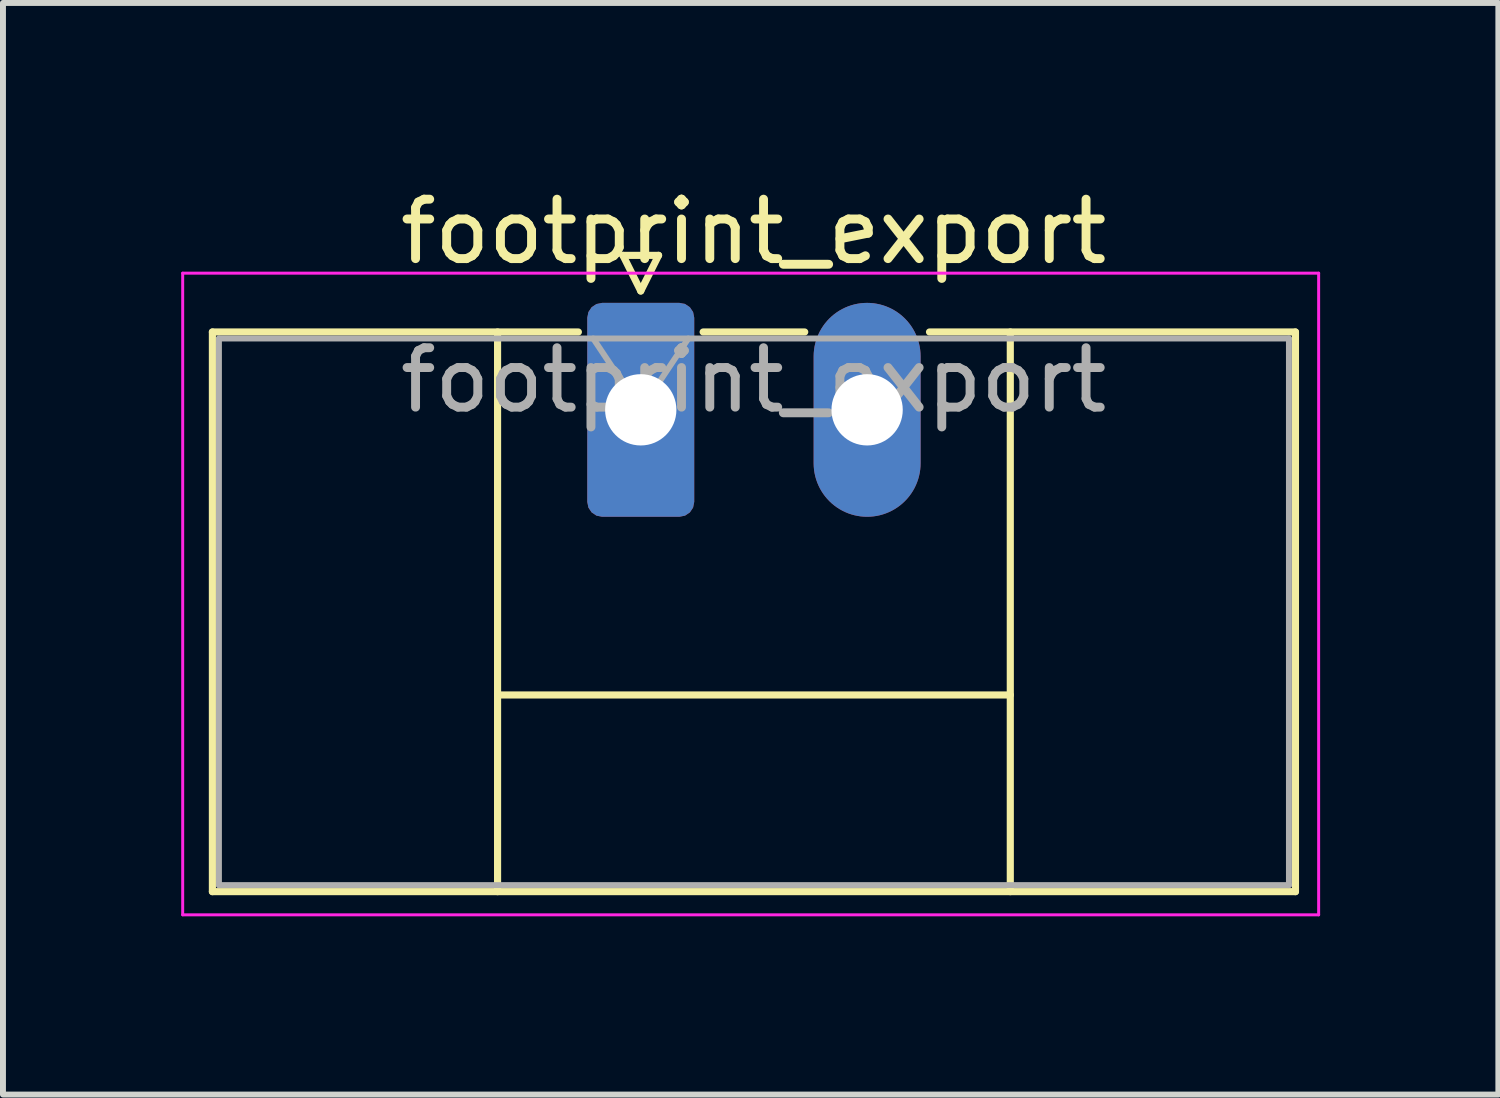
<source format=kicad_pcb>
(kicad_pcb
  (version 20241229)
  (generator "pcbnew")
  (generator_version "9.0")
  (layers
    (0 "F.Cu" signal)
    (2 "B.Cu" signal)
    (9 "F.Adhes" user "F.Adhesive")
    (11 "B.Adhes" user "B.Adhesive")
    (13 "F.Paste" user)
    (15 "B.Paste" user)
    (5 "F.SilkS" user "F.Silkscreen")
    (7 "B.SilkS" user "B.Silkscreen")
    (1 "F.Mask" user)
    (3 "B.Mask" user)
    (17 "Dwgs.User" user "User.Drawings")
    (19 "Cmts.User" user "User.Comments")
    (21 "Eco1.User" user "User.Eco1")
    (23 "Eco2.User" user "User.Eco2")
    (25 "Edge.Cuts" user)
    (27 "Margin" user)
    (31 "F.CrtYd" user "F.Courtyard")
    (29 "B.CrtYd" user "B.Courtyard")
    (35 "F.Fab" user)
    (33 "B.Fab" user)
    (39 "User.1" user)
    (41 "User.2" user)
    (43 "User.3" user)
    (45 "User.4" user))
  (footprint "footprint_export"
    (layer "F.Cu")
    (at 7.735 3.848)
    (property "Reference" "footprint_export" (at 1.9 -3 0) (layer "F.SilkS") (effects (font (size 1 1) (thickness 0.15))))
    (attr through_hole)
    (fp_line (start -7.21 -1.31) (end -7.21 8.11) (stroke (width 0.12) (type solid)) (layer "F.SilkS"))
    (fp_line (start -7.21 -1.31) (end -1.05 -1.31) (stroke (width 0.12) (type solid)) (layer "F.SilkS"))
    (fp_line (start -7.21 8.11) (end 11.02 8.11) (stroke (width 0.12) (type solid)) (layer "F.SilkS"))
    (fp_line (start -2.41 -1.31) (end -2.41 8.11) (stroke (width 0.12) (type solid)) (layer "F.SilkS"))
    (fp_line (start -2.41 4.8) (end 6.22 4.8) (stroke (width 0.12) (type solid)) (layer "F.SilkS"))
    (fp_line (start -0.3 -2.6) (end 0.3 -2.6) (stroke (width 0.12) (type solid)) (layer "F.SilkS"))
    (fp_line (start 0 -2) (end -0.3 -2.6) (stroke (width 0.12) (type solid)) (layer "F.SilkS"))
    (fp_line (start 0.3 -2.6) (end 0 -2) (stroke (width 0.12) (type solid)) (layer "F.SilkS"))
    (fp_line (start 1.05 -1.31) (end 2.76 -1.31) (stroke (width 0.12) (type solid)) (layer "F.SilkS"))
    (fp_line (start 6.22 -1.31) (end 6.22 8.11) (stroke (width 0.12) (type solid)) (layer "F.SilkS"))
    (fp_line (start 11.02 -1.31) (end 4.86 -1.31) (stroke (width 0.12) (type solid)) (layer "F.SilkS"))
    (fp_line (start 11.02 8.11) (end 11.02 -1.31) (stroke (width 0.12) (type solid)) (layer "F.SilkS"))
    (fp_line (start -7.71 -2.3) (end -7.71 8.5) (stroke (width 0.05) (type solid)) (layer "F.CrtYd"))
    (fp_line (start -7.71 8.5) (end 11.41 8.5) (stroke (width 0.05) (type solid)) (layer "F.CrtYd"))
    (fp_line (start 11.41 -2.3) (end -7.71 -2.3) (stroke (width 0.05) (type solid)) (layer "F.CrtYd"))
    (fp_line (start 11.41 8.5) (end 11.41 -2.3) (stroke (width 0.05) (type solid)) (layer "F.CrtYd"))
    (fp_line (start -7.1 -1.2) (end -7.1 8) (stroke (width 0.1) (type solid)) (layer "F.Fab"))
    (fp_line (start -7.1 8) (end 10.91 8) (stroke (width 0.1) (type solid)) (layer "F.Fab"))
    (fp_line (start 0 0) (end -0.8 -1.2) (stroke (width 0.1) (type solid)) (layer "F.Fab"))
    (fp_line (start 0.8 -1.2) (end 0 0) (stroke (width 0.1) (type solid)) (layer "F.Fab"))
    (fp_line (start 10.91 -1.2) (end -7.1 -1.2) (stroke (width 0.1) (type solid)) (layer "F.Fab"))
    (fp_line (start 10.91 8) (end 10.91 -1.2) (stroke (width 0.1) (type solid)) (layer "F.Fab"))
    (fp_text user "${REFERENCE}" (at 1.9 -0.5 0) (layer "F.Fab") (effects (font (size 1 1) (thickness 0.15))))
    (pad "1" thru_hole roundrect (at 0 0) (size 1.8 3.6) (drill 1.2) (layers "*.Cu" "*.Mask") (roundrect_rratio 0.139))
    (pad "2" thru_hole oval (at 3.81 0) (size 1.8 3.6) (drill 1.2) (layers "*.Cu" "*.Mask")))
  (gr_rect
    (start -3 -3)
    (end 22.17 15.373)
    (stroke (width 0.1) (type default))
    (fill no)
    (layer "Edge.Cuts")))
</source>
